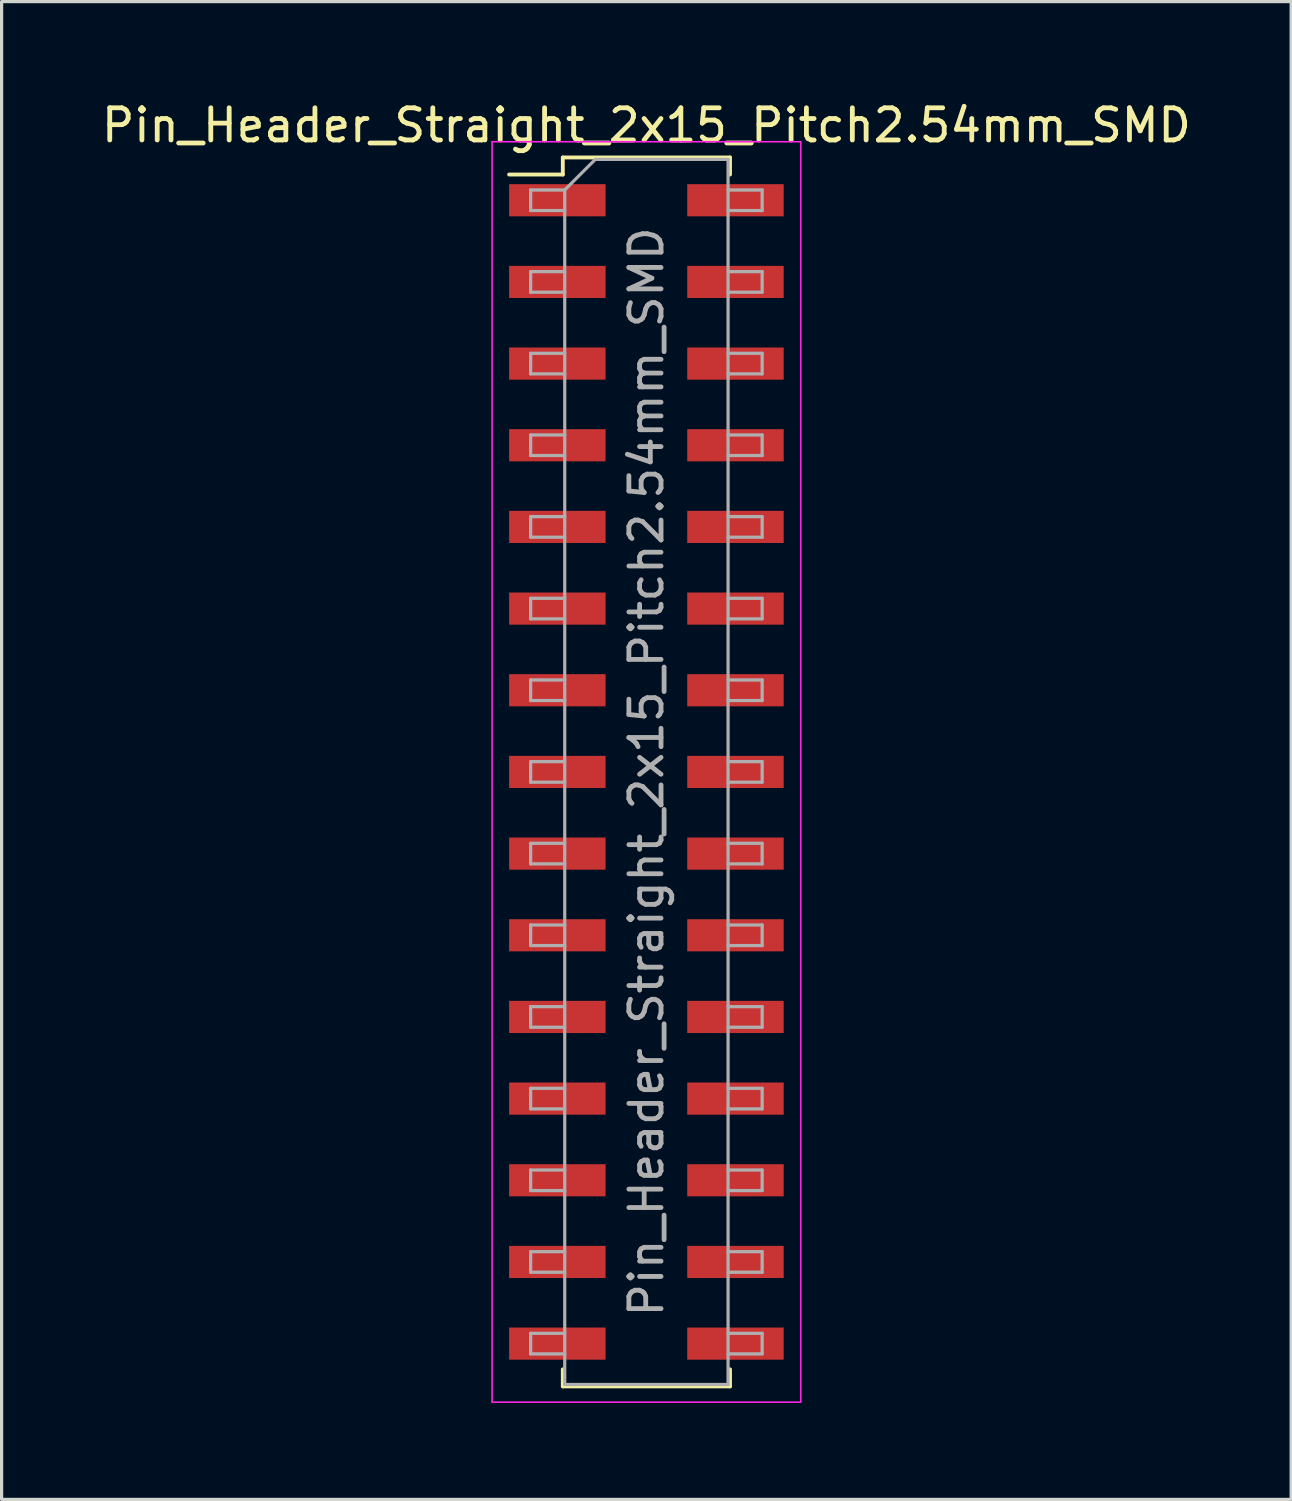
<source format=kicad_pcb>
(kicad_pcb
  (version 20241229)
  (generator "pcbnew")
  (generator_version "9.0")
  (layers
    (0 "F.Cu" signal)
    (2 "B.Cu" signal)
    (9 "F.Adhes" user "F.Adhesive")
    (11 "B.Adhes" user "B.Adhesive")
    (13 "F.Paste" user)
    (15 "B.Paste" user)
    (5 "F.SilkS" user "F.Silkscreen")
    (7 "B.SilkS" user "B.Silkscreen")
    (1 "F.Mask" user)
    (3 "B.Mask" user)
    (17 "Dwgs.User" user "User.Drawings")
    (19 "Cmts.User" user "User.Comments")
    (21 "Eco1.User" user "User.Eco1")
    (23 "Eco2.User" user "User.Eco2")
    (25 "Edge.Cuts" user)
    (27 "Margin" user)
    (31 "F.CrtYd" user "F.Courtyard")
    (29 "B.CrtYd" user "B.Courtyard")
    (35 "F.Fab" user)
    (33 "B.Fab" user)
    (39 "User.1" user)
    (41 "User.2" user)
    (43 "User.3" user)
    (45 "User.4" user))
  (footprint "Pin_Header_Straight_2x15_Pitch2.54mm_SMD"
    (layer "F.Cu")
    (at 17.054 20.958)
    (property "Reference" "Pin_Header_Straight_2x15_Pitch2.54mm_SMD" (at 0 -20.11 0) (layer "F.SilkS") (effects (font (size 1 1) (thickness 0.15))))
    (attr smd)
    (fp_line (start -4.27 -18.58) (end -2.6 -18.58) (stroke (width 0.12) (type solid)) (layer "F.SilkS"))
    (fp_line (start -2.6 -19.11) (end 2.6 -19.11) (stroke (width 0.12) (type solid)) (layer "F.SilkS"))
    (fp_line (start -2.6 -18.58) (end -2.6 -19.11) (stroke (width 0.12) (type solid)) (layer "F.SilkS"))
    (fp_line (start -2.6 18.58) (end -2.6 19.11) (stroke (width 0.12) (type solid)) (layer "F.SilkS"))
    (fp_line (start -2.6 19.11) (end 2.6 19.11) (stroke (width 0.12) (type solid)) (layer "F.SilkS"))
    (fp_line (start 2.6 -19.11) (end 2.6 -18.58) (stroke (width 0.12) (type solid)) (layer "F.SilkS"))
    (fp_line (start 2.6 19.11) (end 2.6 18.58) (stroke (width 0.12) (type solid)) (layer "F.SilkS"))
    (fp_line (start -4.8 -19.6) (end -4.8 19.6) (stroke (width 0.05) (type solid)) (layer "F.CrtYd"))
    (fp_line (start -4.8 19.6) (end 4.8 19.6) (stroke (width 0.05) (type solid)) (layer "F.CrtYd"))
    (fp_line (start 4.8 -19.6) (end -4.8 -19.6) (stroke (width 0.05) (type solid)) (layer "F.CrtYd"))
    (fp_line (start 4.8 19.6) (end 4.8 -19.6) (stroke (width 0.05) (type solid)) (layer "F.CrtYd"))
    (fp_line (start -3.6 -18.1) (end -3.6 -17.46) (stroke (width 0.1) (type solid)) (layer "F.Fab"))
    (fp_line (start -3.6 -17.46) (end -2.54 -17.46) (stroke (width 0.1) (type solid)) (layer "F.Fab"))
    (fp_line (start -3.6 -15.56) (end -3.6 -14.92) (stroke (width 0.1) (type solid)) (layer "F.Fab"))
    (fp_line (start -3.6 -14.92) (end -2.54 -14.92) (stroke (width 0.1) (type solid)) (layer "F.Fab"))
    (fp_line (start -3.6 -13.02) (end -3.6 -12.38) (stroke (width 0.1) (type solid)) (layer "F.Fab"))
    (fp_line (start -3.6 -12.38) (end -2.54 -12.38) (stroke (width 0.1) (type solid)) (layer "F.Fab"))
    (fp_line (start -3.6 -10.48) (end -3.6 -9.84) (stroke (width 0.1) (type solid)) (layer "F.Fab"))
    (fp_line (start -3.6 -9.84) (end -2.54 -9.84) (stroke (width 0.1) (type solid)) (layer "F.Fab"))
    (fp_line (start -3.6 -7.94) (end -3.6 -7.3) (stroke (width 0.1) (type solid)) (layer "F.Fab"))
    (fp_line (start -3.6 -7.3) (end -2.54 -7.3) (stroke (width 0.1) (type solid)) (layer "F.Fab"))
    (fp_line (start -3.6 -5.4) (end -3.6 -4.76) (stroke (width 0.1) (type solid)) (layer "F.Fab"))
    (fp_line (start -3.6 -4.76) (end -2.54 -4.76) (stroke (width 0.1) (type solid)) (layer "F.Fab"))
    (fp_line (start -3.6 -2.86) (end -3.6 -2.22) (stroke (width 0.1) (type solid)) (layer "F.Fab"))
    (fp_line (start -3.6 -2.22) (end -2.54 -2.22) (stroke (width 0.1) (type solid)) (layer "F.Fab"))
    (fp_line (start -3.6 -0.32) (end -3.6 0.32) (stroke (width 0.1) (type solid)) (layer "F.Fab"))
    (fp_line (start -3.6 0.32) (end -2.54 0.32) (stroke (width 0.1) (type solid)) (layer "F.Fab"))
    (fp_line (start -3.6 2.22) (end -3.6 2.86) (stroke (width 0.1) (type solid)) (layer "F.Fab"))
    (fp_line (start -3.6 2.86) (end -2.54 2.86) (stroke (width 0.1) (type solid)) (layer "F.Fab"))
    (fp_line (start -3.6 4.76) (end -3.6 5.4) (stroke (width 0.1) (type solid)) (layer "F.Fab"))
    (fp_line (start -3.6 5.4) (end -2.54 5.4) (stroke (width 0.1) (type solid)) (layer "F.Fab"))
    (fp_line (start -3.6 7.3) (end -3.6 7.94) (stroke (width 0.1) (type solid)) (layer "F.Fab"))
    (fp_line (start -3.6 7.94) (end -2.54 7.94) (stroke (width 0.1) (type solid)) (layer "F.Fab"))
    (fp_line (start -3.6 9.84) (end -3.6 10.48) (stroke (width 0.1) (type solid)) (layer "F.Fab"))
    (fp_line (start -3.6 10.48) (end -2.54 10.48) (stroke (width 0.1) (type solid)) (layer "F.Fab"))
    (fp_line (start -3.6 12.38) (end -3.6 13.02) (stroke (width 0.1) (type solid)) (layer "F.Fab"))
    (fp_line (start -3.6 13.02) (end -2.54 13.02) (stroke (width 0.1) (type solid)) (layer "F.Fab"))
    (fp_line (start -3.6 14.92) (end -3.6 15.56) (stroke (width 0.1) (type solid)) (layer "F.Fab"))
    (fp_line (start -3.6 15.56) (end -2.54 15.56) (stroke (width 0.1) (type solid)) (layer "F.Fab"))
    (fp_line (start -3.6 17.46) (end -3.6 18.1) (stroke (width 0.1) (type solid)) (layer "F.Fab"))
    (fp_line (start -3.6 18.1) (end -2.54 18.1) (stroke (width 0.1) (type solid)) (layer "F.Fab"))
    (fp_line (start -2.54 -18.1) (end -3.6 -18.1) (stroke (width 0.1) (type solid)) (layer "F.Fab"))
    (fp_line (start -2.54 -18.1) (end -1.59 -19.05) (stroke (width 0.1) (type solid)) (layer "F.Fab"))
    (fp_line (start -2.54 -15.56) (end -3.6 -15.56) (stroke (width 0.1) (type solid)) (layer "F.Fab"))
    (fp_line (start -2.54 -13.02) (end -3.6 -13.02) (stroke (width 0.1) (type solid)) (layer "F.Fab"))
    (fp_line (start -2.54 -10.48) (end -3.6 -10.48) (stroke (width 0.1) (type solid)) (layer "F.Fab"))
    (fp_line (start -2.54 -7.94) (end -3.6 -7.94) (stroke (width 0.1) (type solid)) (layer "F.Fab"))
    (fp_line (start -2.54 -5.4) (end -3.6 -5.4) (stroke (width 0.1) (type solid)) (layer "F.Fab"))
    (fp_line (start -2.54 -2.86) (end -3.6 -2.86) (stroke (width 0.1) (type solid)) (layer "F.Fab"))
    (fp_line (start -2.54 -0.32) (end -3.6 -0.32) (stroke (width 0.1) (type solid)) (layer "F.Fab"))
    (fp_line (start -2.54 2.22) (end -3.6 2.22) (stroke (width 0.1) (type solid)) (layer "F.Fab"))
    (fp_line (start -2.54 4.76) (end -3.6 4.76) (stroke (width 0.1) (type solid)) (layer "F.Fab"))
    (fp_line (start -2.54 7.3) (end -3.6 7.3) (stroke (width 0.1) (type solid)) (layer "F.Fab"))
    (fp_line (start -2.54 9.84) (end -3.6 9.84) (stroke (width 0.1) (type solid)) (layer "F.Fab"))
    (fp_line (start -2.54 12.38) (end -3.6 12.38) (stroke (width 0.1) (type solid)) (layer "F.Fab"))
    (fp_line (start -2.54 14.92) (end -3.6 14.92) (stroke (width 0.1) (type solid)) (layer "F.Fab"))
    (fp_line (start -2.54 17.46) (end -3.6 17.46) (stroke (width 0.1) (type solid)) (layer "F.Fab"))
    (fp_line (start -2.54 19.05) (end -2.54 -18.1) (stroke (width 0.1) (type solid)) (layer "F.Fab"))
    (fp_line (start -1.59 -19.05) (end 2.54 -19.05) (stroke (width 0.1) (type solid)) (layer "F.Fab"))
    (fp_line (start 2.54 -19.05) (end 2.54 19.05) (stroke (width 0.1) (type solid)) (layer "F.Fab"))
    (fp_line (start 2.54 -18.1) (end 3.6 -18.1) (stroke (width 0.1) (type solid)) (layer "F.Fab"))
    (fp_line (start 2.54 -15.56) (end 3.6 -15.56) (stroke (width 0.1) (type solid)) (layer "F.Fab"))
    (fp_line (start 2.54 -13.02) (end 3.6 -13.02) (stroke (width 0.1) (type solid)) (layer "F.Fab"))
    (fp_line (start 2.54 -10.48) (end 3.6 -10.48) (stroke (width 0.1) (type solid)) (layer "F.Fab"))
    (fp_line (start 2.54 -7.94) (end 3.6 -7.94) (stroke (width 0.1) (type solid)) (layer "F.Fab"))
    (fp_line (start 2.54 -5.4) (end 3.6 -5.4) (stroke (width 0.1) (type solid)) (layer "F.Fab"))
    (fp_line (start 2.54 -2.86) (end 3.6 -2.86) (stroke (width 0.1) (type solid)) (layer "F.Fab"))
    (fp_line (start 2.54 -0.32) (end 3.6 -0.32) (stroke (width 0.1) (type solid)) (layer "F.Fab"))
    (fp_line (start 2.54 2.22) (end 3.6 2.22) (stroke (width 0.1) (type solid)) (layer "F.Fab"))
    (fp_line (start 2.54 4.76) (end 3.6 4.76) (stroke (width 0.1) (type solid)) (layer "F.Fab"))
    (fp_line (start 2.54 7.3) (end 3.6 7.3) (stroke (width 0.1) (type solid)) (layer "F.Fab"))
    (fp_line (start 2.54 9.84) (end 3.6 9.84) (stroke (width 0.1) (type solid)) (layer "F.Fab"))
    (fp_line (start 2.54 12.38) (end 3.6 12.38) (stroke (width 0.1) (type solid)) (layer "F.Fab"))
    (fp_line (start 2.54 14.92) (end 3.6 14.92) (stroke (width 0.1) (type solid)) (layer "F.Fab"))
    (fp_line (start 2.54 17.46) (end 3.6 17.46) (stroke (width 0.1) (type solid)) (layer "F.Fab"))
    (fp_line (start 2.54 19.05) (end -2.54 19.05) (stroke (width 0.1) (type solid)) (layer "F.Fab"))
    (fp_line (start 3.6 -18.1) (end 3.6 -17.46) (stroke (width 0.1) (type solid)) (layer "F.Fab"))
    (fp_line (start 3.6 -17.46) (end 2.54 -17.46) (stroke (width 0.1) (type solid)) (layer "F.Fab"))
    (fp_line (start 3.6 -15.56) (end 3.6 -14.92) (stroke (width 0.1) (type solid)) (layer "F.Fab"))
    (fp_line (start 3.6 -14.92) (end 2.54 -14.92) (stroke (width 0.1) (type solid)) (layer "F.Fab"))
    (fp_line (start 3.6 -13.02) (end 3.6 -12.38) (stroke (width 0.1) (type solid)) (layer "F.Fab"))
    (fp_line (start 3.6 -12.38) (end 2.54 -12.38) (stroke (width 0.1) (type solid)) (layer "F.Fab"))
    (fp_line (start 3.6 -10.48) (end 3.6 -9.84) (stroke (width 0.1) (type solid)) (layer "F.Fab"))
    (fp_line (start 3.6 -9.84) (end 2.54 -9.84) (stroke (width 0.1) (type solid)) (layer "F.Fab"))
    (fp_line (start 3.6 -7.94) (end 3.6 -7.3) (stroke (width 0.1) (type solid)) (layer "F.Fab"))
    (fp_line (start 3.6 -7.3) (end 2.54 -7.3) (stroke (width 0.1) (type solid)) (layer "F.Fab"))
    (fp_line (start 3.6 -5.4) (end 3.6 -4.76) (stroke (width 0.1) (type solid)) (layer "F.Fab"))
    (fp_line (start 3.6 -4.76) (end 2.54 -4.76) (stroke (width 0.1) (type solid)) (layer "F.Fab"))
    (fp_line (start 3.6 -2.86) (end 3.6 -2.22) (stroke (width 0.1) (type solid)) (layer "F.Fab"))
    (fp_line (start 3.6 -2.22) (end 2.54 -2.22) (stroke (width 0.1) (type solid)) (layer "F.Fab"))
    (fp_line (start 3.6 -0.32) (end 3.6 0.32) (stroke (width 0.1) (type solid)) (layer "F.Fab"))
    (fp_line (start 3.6 0.32) (end 2.54 0.32) (stroke (width 0.1) (type solid)) (layer "F.Fab"))
    (fp_line (start 3.6 2.22) (end 3.6 2.86) (stroke (width 0.1) (type solid)) (layer "F.Fab"))
    (fp_line (start 3.6 2.86) (end 2.54 2.86) (stroke (width 0.1) (type solid)) (layer "F.Fab"))
    (fp_line (start 3.6 4.76) (end 3.6 5.4) (stroke (width 0.1) (type solid)) (layer "F.Fab"))
    (fp_line (start 3.6 5.4) (end 2.54 5.4) (stroke (width 0.1) (type solid)) (layer "F.Fab"))
    (fp_line (start 3.6 7.3) (end 3.6 7.94) (stroke (width 0.1) (type solid)) (layer "F.Fab"))
    (fp_line (start 3.6 7.94) (end 2.54 7.94) (stroke (width 0.1) (type solid)) (layer "F.Fab"))
    (fp_line (start 3.6 9.84) (end 3.6 10.48) (stroke (width 0.1) (type solid)) (layer "F.Fab"))
    (fp_line (start 3.6 10.48) (end 2.54 10.48) (stroke (width 0.1) (type solid)) (layer "F.Fab"))
    (fp_line (start 3.6 12.38) (end 3.6 13.02) (stroke (width 0.1) (type solid)) (layer "F.Fab"))
    (fp_line (start 3.6 13.02) (end 2.54 13.02) (stroke (width 0.1) (type solid)) (layer "F.Fab"))
    (fp_line (start 3.6 14.92) (end 3.6 15.56) (stroke (width 0.1) (type solid)) (layer "F.Fab"))
    (fp_line (start 3.6 15.56) (end 2.54 15.56) (stroke (width 0.1) (type solid)) (layer "F.Fab"))
    (fp_line (start 3.6 17.46) (end 3.6 18.1) (stroke (width 0.1) (type solid)) (layer "F.Fab"))
    (fp_line (start 3.6 18.1) (end 2.54 18.1) (stroke (width 0.1) (type solid)) (layer "F.Fab"))
    (fp_text user "${REFERENCE}" (at 0 0 90) (layer "F.Fab") (effects (font (size 1 1) (thickness 0.15))))
    (pad "1" smd rect (at -2.77 -17.78) (size 3 1) (layers "F.Cu" "F.Mask" "F.Paste"))
    (pad "2" smd rect (at 2.77 -17.78) (size 3 1) (layers "F.Cu" "F.Mask" "F.Paste"))
    (pad "3" smd rect (at -2.77 -15.24) (size 3 1) (layers "F.Cu" "F.Mask" "F.Paste"))
    (pad "4" smd rect (at 2.77 -15.24) (size 3 1) (layers "F.Cu" "F.Mask" "F.Paste"))
    (pad "5" smd rect (at -2.77 -12.7) (size 3 1) (layers "F.Cu" "F.Mask" "F.Paste"))
    (pad "6" smd rect (at 2.77 -12.7) (size 3 1) (layers "F.Cu" "F.Mask" "F.Paste"))
    (pad "7" smd rect (at -2.77 -10.16) (size 3 1) (layers "F.Cu" "F.Mask" "F.Paste"))
    (pad "8" smd rect (at 2.77 -10.16) (size 3 1) (layers "F.Cu" "F.Mask" "F.Paste"))
    (pad "9" smd rect (at -2.77 -7.62) (size 3 1) (layers "F.Cu" "F.Mask" "F.Paste"))
    (pad "10" smd rect (at 2.77 -7.62) (size 3 1) (layers "F.Cu" "F.Mask" "F.Paste"))
    (pad "11" smd rect (at -2.77 -5.08) (size 3 1) (layers "F.Cu" "F.Mask" "F.Paste"))
    (pad "12" smd rect (at 2.77 -5.08) (size 3 1) (layers "F.Cu" "F.Mask" "F.Paste"))
    (pad "13" smd rect (at -2.77 -2.54) (size 3 1) (layers "F.Cu" "F.Mask" "F.Paste"))
    (pad "14" smd rect (at 2.77 -2.54) (size 3 1) (layers "F.Cu" "F.Mask" "F.Paste"))
    (pad "15" smd rect (at -2.77 0) (size 3 1) (layers "F.Cu" "F.Mask" "F.Paste"))
    (pad "16" smd rect (at 2.77 0) (size 3 1) (layers "F.Cu" "F.Mask" "F.Paste"))
    (pad "17" smd rect (at -2.77 2.54) (size 3 1) (layers "F.Cu" "F.Mask" "F.Paste"))
    (pad "18" smd rect (at 2.77 2.54) (size 3 1) (layers "F.Cu" "F.Mask" "F.Paste"))
    (pad "19" smd rect (at -2.77 5.08) (size 3 1) (layers "F.Cu" "F.Mask" "F.Paste"))
    (pad "20" smd rect (at 2.77 5.08) (size 3 1) (layers "F.Cu" "F.Mask" "F.Paste"))
    (pad "21" smd rect (at -2.77 7.62) (size 3 1) (layers "F.Cu" "F.Mask" "F.Paste"))
    (pad "22" smd rect (at 2.77 7.62) (size 3 1) (layers "F.Cu" "F.Mask" "F.Paste"))
    (pad "23" smd rect (at -2.77 10.16) (size 3 1) (layers "F.Cu" "F.Mask" "F.Paste"))
    (pad "24" smd rect (at 2.77 10.16) (size 3 1) (layers "F.Cu" "F.Mask" "F.Paste"))
    (pad "25" smd rect (at -2.77 12.7) (size 3 1) (layers "F.Cu" "F.Mask" "F.Paste"))
    (pad "26" smd rect (at 2.77 12.7) (size 3 1) (layers "F.Cu" "F.Mask" "F.Paste"))
    (pad "27" smd rect (at -2.77 15.24) (size 3 1) (layers "F.Cu" "F.Mask" "F.Paste"))
    (pad "28" smd rect (at 2.77 15.24) (size 3 1) (layers "F.Cu" "F.Mask" "F.Paste"))
    (pad "29" smd rect (at -2.77 17.78) (size 3 1) (layers "F.Cu" "F.Mask" "F.Paste"))
    (pad "30" smd rect (at 2.77 17.78) (size 3 1) (layers "F.Cu" "F.Mask" "F.Paste")))
  (gr_rect
    (start -3 -3)
    (end 37.107 43.583)
    (stroke (width 0.1) (type default))
    (fill no)
    (layer "Edge.Cuts")))
</source>
